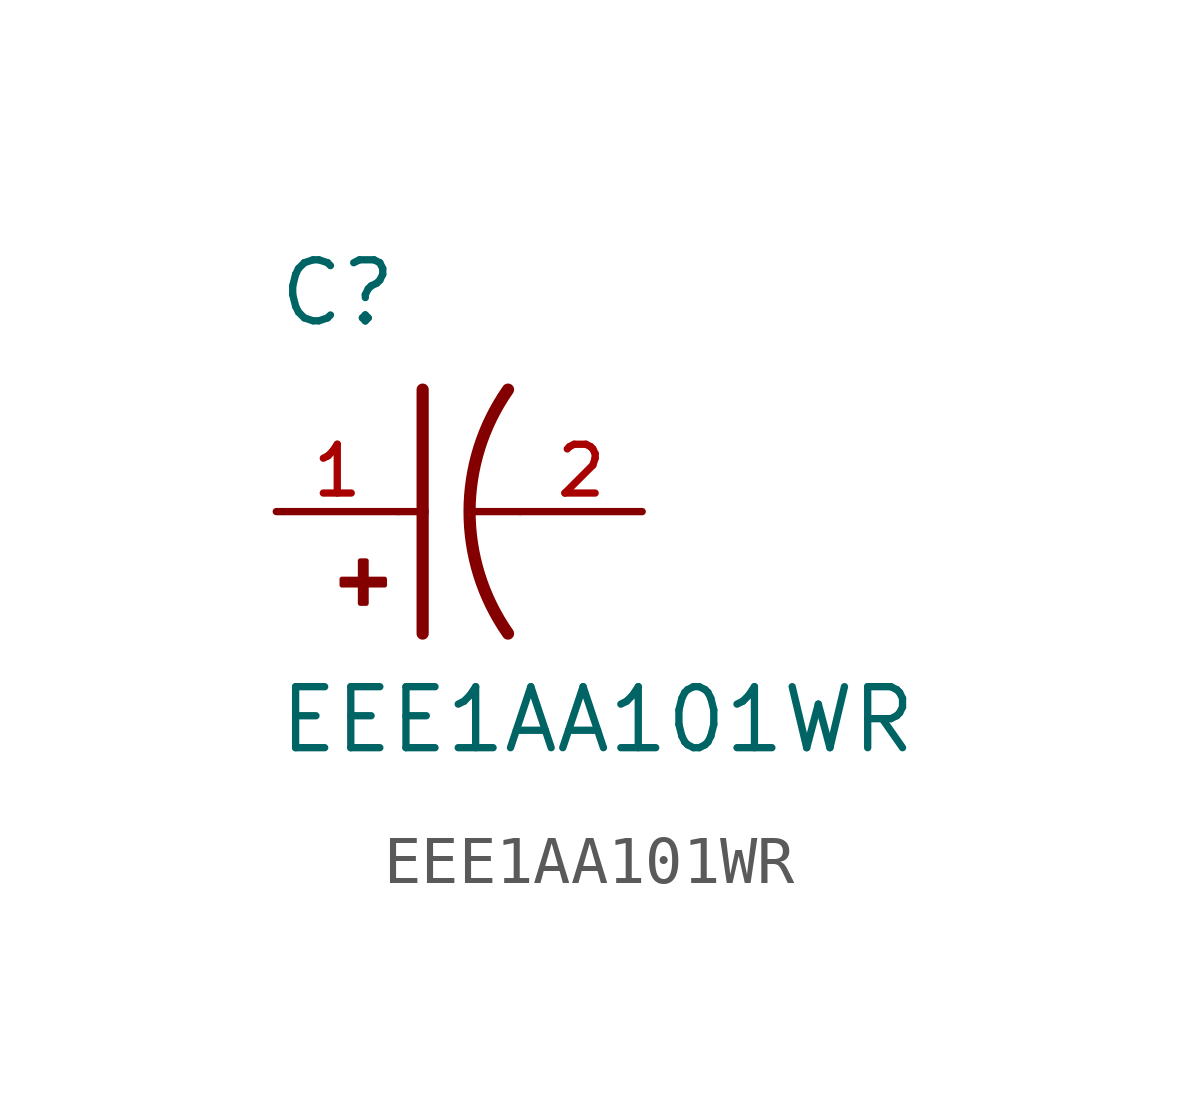
<source format=kicad_sym>
(kicad_symbol_lib
  (version 20211014)
  (generator kicad_symbol_editor)
  (symbol "EEE1AA101WR"
    (pin_names
      (offset 1.016))
    (property "Reference" "C"
      (at -2.54 3.81 0)
      (effects (font (size 1.27 1.27)) (justify bottom left)))
    (property "Value" "EEE1AA101WR"
      (at -2.54 -5.08 0)
      (effects (font (size 1.27 1.27)) (justify bottom left)))
    (symbol "EEE1AA101WR_0_0"
      (arc (start 2.286 -2.54) (mid 1.4851 -0.0) (end 2.286 2.54) (stroke (width 0.254) (type default) (color 0 0 0 0)) (fill (type none)))
      (polyline (pts (xy 0.508 2.54) (xy 0.508 0.0)) (stroke (width 0.254)))
      (rectangle (start -1.173 -1.532) (end -0.284 -1.405) (stroke (width 0.1)) (fill (type outline)))
      (rectangle (start -0.792 -1.913) (end -0.665 -1.024) (stroke (width 0.1)) (fill (type outline)))
      (polyline (pts (xy 0.508 0.0) (xy 0.508 -2.54)) (stroke (width 0.254)))
      (polyline (pts (xy 0.0 0.0) (xy 0.508 0.0)) (stroke (width 0.152)))
      (polyline (pts (xy 2.54 0.0) (xy 1.524 0.0)) (stroke (width 0.152)))
      (pin passive line (at -2.54 0.0 0) (length 2.54) (name "~" (effects (font (size 1.016 1.016)))) (number "1" (effects (font (size 1.016 1.016)))))
      (pin passive line (at 5.08 0.0 180.0) (length 2.54) (name "~" (effects (font (size 1.016 1.016)))) (number "2" (effects (font (size 1.016 1.016))))))))
</source>
